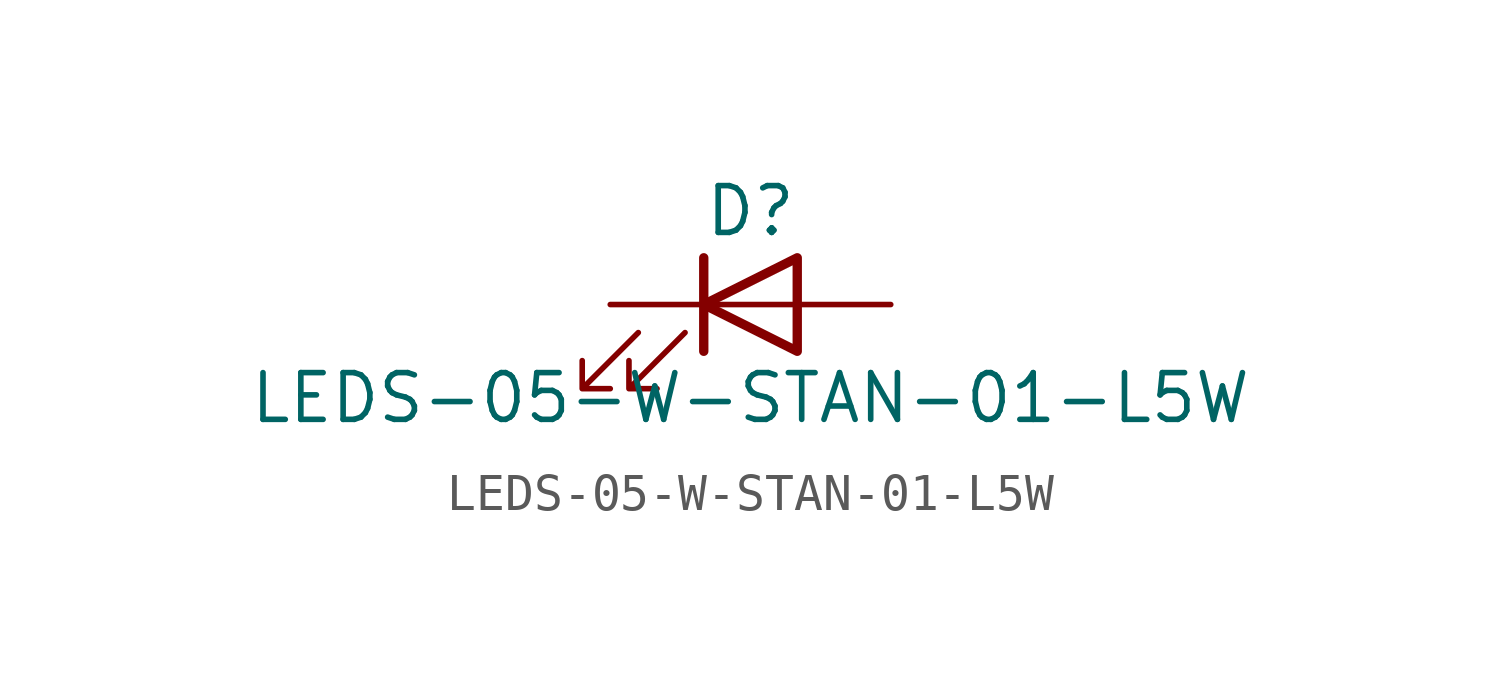
<source format=kicad_sym>
(kicad_symbol_lib
  (version 20211014)
  (generator kicad_symbol_editor)
  (symbol "LEDS-05-W-STAN-01-L5W"
    (pin_numbers hide)
    (pin_names
      (offset 1.016) hide)
    (property "Reference" "D"
      (at 0 2.54 0)
      (effects (font (size 1.27 1.27))))
    (property "Value" "LEDS-05-W-STAN-01-L5W"
      (at 0 -2.54 0)
      (effects (font (size 1.27 1.27))))
    (symbol "LEDS-05-W-STAN-01-L5W_0_1"
      (polyline (pts (xy -1.27 -1.27) (xy -1.27 1.27)) (stroke (width 0.254) (type default) (color 0 0 0 0)) (fill (type none)))
      (polyline (pts (xy -1.27 0) (xy 1.27 0)) (stroke (width 0) (type default) (color 0 0 0 0)) (fill (type none)))
      (polyline (pts (xy 1.27 -1.27) (xy 1.27 1.27) (xy -1.27 0) (xy 1.27 -1.27)) (stroke (width 0.254) (type default) (color 0 0 0 0)) (fill (type none)))
      (polyline (pts (xy -3.048 -0.762) (xy -4.572 -2.286) (xy -3.81 -2.286) (xy -4.572 -2.286) (xy -4.572 -1.524)) (stroke (width 0) (type default) (color 0 0 0 0)) (fill (type none)))
      (polyline (pts (xy -1.778 -0.762) (xy -3.302 -2.286) (xy -2.54 -2.286) (xy -3.302 -2.286) (xy -3.302 -1.524)) (stroke (width 0) (type default) (color 0 0 0 0)) (fill (type none))))
    (symbol "LEDS-05-W-STAN-01-L5W_1_1"
      (pin passive line (at -3.81 0 0) (length 2.54) (name "K" (effects (font (size 1.27 1.27)))) (number "1" (effects (font (size 1.27 1.27)))))
      (pin passive line (at 3.81 0 180) (length 2.54) (name "A" (effects (font (size 1.27 1.27)))) (number "2" (effects (font (size 1.27 1.27))))))))
</source>
